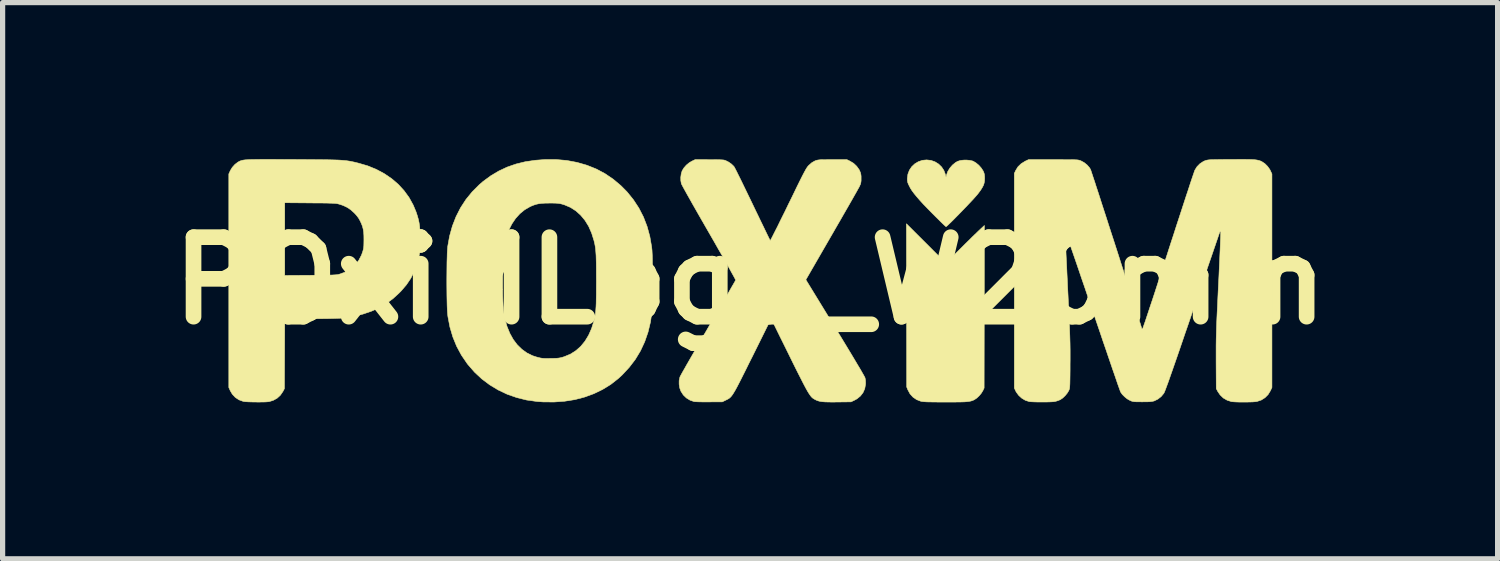
<source format=kicad_pcb>
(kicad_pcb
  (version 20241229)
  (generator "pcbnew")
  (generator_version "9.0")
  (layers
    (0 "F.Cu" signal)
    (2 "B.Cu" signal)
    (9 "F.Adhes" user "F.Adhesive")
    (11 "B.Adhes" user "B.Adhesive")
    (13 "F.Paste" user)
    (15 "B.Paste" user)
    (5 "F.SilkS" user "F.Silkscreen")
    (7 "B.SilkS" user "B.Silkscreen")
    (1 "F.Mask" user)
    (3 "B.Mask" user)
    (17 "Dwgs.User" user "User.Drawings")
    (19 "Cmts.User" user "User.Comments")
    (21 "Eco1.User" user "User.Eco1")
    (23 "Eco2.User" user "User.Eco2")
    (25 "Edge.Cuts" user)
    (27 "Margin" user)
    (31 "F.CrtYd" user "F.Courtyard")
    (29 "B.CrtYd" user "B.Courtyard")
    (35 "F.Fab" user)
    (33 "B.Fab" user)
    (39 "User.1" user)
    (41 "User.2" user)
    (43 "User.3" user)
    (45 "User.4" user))
  (footprint "POxiMLogo_W20mm"
    (layer "F.Cu")
    (at 11.328 2.331)
    (property "Reference" "POxiMLogo_W20mm" (at 0 0 0) (layer "F.SilkS") (effects (font (size 1.524 1.524) (thickness 0.3))))
    (attr through_hole)
    (fp_poly (pts (xy 3.376 -0.714) (xy 3.754 -0.335) (xy 4.003 -0.585) (xy 4.068 -0.65) (xy 4.134 -0.716) (xy 4.199 -0.779) (xy 4.259 -0.839) (xy 4.312 -0.89) (xy 4.355 -0.931) (xy 4.371 -0.947) (xy 4.491 -1.059) (xy 4.486 2.057) (xy 4.463 2.106) (xy 4.434 2.154) (xy 4.394 2.203) (xy 4.348 2.247) (xy 4.303 2.278) (xy 4.298 2.281) (xy 4.275 2.292) (xy 4.251 2.301) (xy 4.226 2.308) (xy 4.196 2.314) (xy 4.159 2.318) (xy 4.114 2.322) (xy 4.058 2.324) (xy 3.989 2.325) (xy 3.906 2.326) (xy 3.805 2.326) (xy 3.736 2.326) (xy 3.628 2.326) (xy 3.538 2.325) (xy 3.464 2.324) (xy 3.405 2.323) (xy 3.359 2.321) (xy 3.323 2.318) (xy 3.297 2.315) (xy 3.276 2.312) (xy 3.272 2.31) (xy 3.191 2.279) (xy 3.122 2.231) (xy 3.066 2.169) (xy 3.026 2.095) (xy 3.025 2.094) (xy 3.002 2.037) (xy 2.997 -1.092) (xy 3.376 -0.714)) (stroke (width 0.01) (type solid)) (fill yes) (layer "F.SilkS"))
    (fp_poly (pts (xy 3.466 -2.307) (xy 3.544 -2.28) (xy 3.613 -2.237) (xy 3.671 -2.181) (xy 3.715 -2.114) (xy 3.742 -2.042) (xy 3.756 -1.986) (xy 3.764 -2.022) (xy 3.788 -2.091) (xy 3.828 -2.158) (xy 3.88 -2.218) (xy 3.94 -2.267) (xy 3.98 -2.289) (xy 4.028 -2.304) (xy 4.087 -2.312) (xy 4.151 -2.313) (xy 4.213 -2.307) (xy 4.266 -2.295) (xy 4.28 -2.289) (xy 4.331 -2.258) (xy 4.384 -2.214) (xy 4.43 -2.162) (xy 4.464 -2.11) (xy 4.468 -2.104) (xy 4.482 -2.071) (xy 4.491 -2.04) (xy 4.495 -2.004) (xy 4.496 -1.961) (xy 4.494 -1.914) (xy 4.487 -1.873) (xy 4.474 -1.832) (xy 4.452 -1.789) (xy 4.421 -1.739) (xy 4.377 -1.679) (xy 4.37 -1.67) (xy 4.351 -1.646) (xy 4.321 -1.612) (xy 4.282 -1.568) (xy 4.235 -1.518) (xy 4.183 -1.463) (xy 4.128 -1.405) (xy 4.07 -1.345) (xy 4.012 -1.285) (xy 3.956 -1.228) (xy 3.904 -1.175) (xy 3.857 -1.128) (xy 3.816 -1.089) (xy 3.785 -1.059) (xy 3.764 -1.041) (xy 3.756 -1.036) (xy 3.747 -1.043) (xy 3.725 -1.063) (xy 3.692 -1.094) (xy 3.651 -1.134) (xy 3.602 -1.183) (xy 3.547 -1.237) (xy 3.501 -1.283) (xy 3.404 -1.382) (xy 3.32 -1.469) (xy 3.25 -1.546) (xy 3.191 -1.614) (xy 3.143 -1.673) (xy 3.103 -1.727) (xy 3.072 -1.776) (xy 3.052 -1.815) (xy 3.032 -1.857) (xy 3.02 -1.889) (xy 3.015 -1.919) (xy 3.014 -1.953) (xy 3.014 -1.96) (xy 3.025 -2.043) (xy 3.054 -2.119) (xy 3.098 -2.185) (xy 3.156 -2.24) (xy 3.224 -2.281) (xy 3.302 -2.308) (xy 3.383 -2.316) (xy 3.466 -2.307)) (stroke (width 0.01) (type solid)) (fill yes) (layer "F.SilkS"))
    (fp_poly (pts (xy -9.088 -2.325) (xy -8.95 -2.325) (xy -8.793 -2.324) (xy -8.753 -2.324) (xy -8.589 -2.323) (xy -8.445 -2.322) (xy -8.318 -2.321) (xy -8.206 -2.32) (xy -8.109 -2.319) (xy -8.024 -2.317) (xy -7.951 -2.315) (xy -7.887 -2.313) (xy -7.831 -2.309) (xy -7.783 -2.305) (xy -7.739 -2.301) (xy -7.699 -2.295) (xy -7.661 -2.289) (xy -7.623 -2.281) (xy -7.585 -2.273) (xy -7.544 -2.263) (xy -7.508 -2.254) (xy -7.33 -2.202) (xy -7.164 -2.134) (xy -7.011 -2.052) (xy -6.87 -1.956) (xy -6.744 -1.848) (xy -6.633 -1.727) (xy -6.537 -1.595) (xy -6.458 -1.452) (xy -6.402 -1.318) (xy -6.378 -1.245) (xy -6.359 -1.178) (xy -6.345 -1.113) (xy -6.335 -1.046) (xy -6.329 -0.972) (xy -6.326 -0.886) (xy -6.325 -0.792) (xy -6.326 -0.714) (xy -6.326 -0.652) (xy -6.328 -0.602) (xy -6.331 -0.561) (xy -6.336 -0.525) (xy -6.342 -0.489) (xy -6.348 -0.46) (xy -6.388 -0.308) (xy -6.44 -0.171) (xy -6.505 -0.044) (xy -6.586 0.076) (xy -6.685 0.192) (xy -6.726 0.234) (xy -6.845 0.343) (xy -6.973 0.437) (xy -7.11 0.518) (xy -7.26 0.585) (xy -7.422 0.64) (xy -7.599 0.683) (xy -7.732 0.707) (xy -7.761 0.711) (xy -7.795 0.715) (xy -7.836 0.718) (xy -7.885 0.72) (xy -7.944 0.722) (xy -8.016 0.724) (xy -8.102 0.726) (xy -8.204 0.727) (xy -8.323 0.728) (xy -8.379 0.729) (xy -8.92 0.733) (xy -8.923 1.401) (xy -8.926 2.068) (xy -8.954 2.122) (xy -9.003 2.194) (xy -9.066 2.252) (xy -9.14 2.293) (xy -9.217 2.317) (xy -9.25 2.321) (xy -9.298 2.324) (xy -9.356 2.325) (xy -9.422 2.326) (xy -9.491 2.325) (xy -9.557 2.324) (xy -9.619 2.322) (xy -9.67 2.319) (xy -9.707 2.315) (xy -9.718 2.312) (xy -9.798 2.283) (xy -9.868 2.236) (xy -9.925 2.175) (xy -9.963 2.111) (xy -9.992 2.047) (xy -9.992 -0.101) (xy -8.92 -0.101) (xy -8.425 -0.104) (xy -8.312 -0.105) (xy -8.217 -0.106) (xy -8.138 -0.107) (xy -8.074 -0.108) (xy -8.022 -0.109) (xy -7.981 -0.111) (xy -7.949 -0.113) (xy -7.923 -0.115) (xy -7.902 -0.118) (xy -7.884 -0.122) (xy -7.867 -0.127) (xy -7.854 -0.131) (xy -7.745 -0.173) (xy -7.65 -0.232) (xy -7.568 -0.304) (xy -7.501 -0.391) (xy -7.449 -0.491) (xy -7.431 -0.541) (xy -7.42 -0.576) (xy -7.412 -0.606) (xy -7.407 -0.637) (xy -7.404 -0.675) (xy -7.403 -0.722) (xy -7.402 -0.782) (xy -7.403 -0.864) (xy -7.407 -0.93) (xy -7.416 -0.987) (xy -7.429 -1.039) (xy -7.449 -1.092) (xy -7.475 -1.148) (xy -7.507 -1.204) (xy -7.548 -1.257) (xy -7.589 -1.301) (xy -7.656 -1.361) (xy -7.725 -1.407) (xy -7.802 -1.443) (xy -7.864 -1.464) (xy -7.882 -1.469) (xy -7.9 -1.474) (xy -7.919 -1.478) (xy -7.942 -1.481) (xy -7.97 -1.483) (xy -8.005 -1.485) (xy -8.05 -1.486) (xy -8.106 -1.488) (xy -8.175 -1.489) (xy -8.26 -1.49) (xy -8.362 -1.49) (xy -8.43 -1.491) (xy -8.92 -1.495) (xy -8.92 -0.101) (xy -9.992 -0.101) (xy -9.992 -2.047) (xy -9.963 -2.111) (xy -9.926 -2.172) (xy -9.875 -2.229) (xy -9.818 -2.273) (xy -9.798 -2.284) (xy -9.783 -2.292) (xy -9.767 -2.298) (xy -9.75 -2.304) (xy -9.731 -2.309) (xy -9.707 -2.313) (xy -9.678 -2.317) (xy -9.641 -2.319) (xy -9.597 -2.322) (xy -9.544 -2.323) (xy -9.479 -2.324) (xy -9.403 -2.325) (xy -9.313 -2.326) (xy -9.208 -2.326) (xy -9.088 -2.325)) (stroke (width 0.01) (type solid)) (fill yes) (layer "F.SilkS"))
    (fp_poly (pts (xy -3.718 -2.323) (xy -3.513 -2.305) (xy -3.317 -2.268) (xy -3.129 -2.214) (xy -2.951 -2.143) (xy -2.783 -2.054) (xy -2.625 -1.947) (xy -2.477 -1.823) (xy -2.359 -1.704) (xy -2.237 -1.553) (xy -2.132 -1.393) (xy -2.044 -1.222) (xy -1.974 -1.04) (xy -1.922 -0.85) (xy -1.887 -0.649) (xy -1.88 -0.585) (xy -1.878 -0.546) (xy -1.875 -0.489) (xy -1.873 -0.418) (xy -1.872 -0.335) (xy -1.871 -0.242) (xy -1.87 -0.143) (xy -1.87 -0.04) (xy -1.87 0.064) (xy -1.87 0.167) (xy -1.871 0.265) (xy -1.872 0.355) (xy -1.874 0.436) (xy -1.876 0.504) (xy -1.878 0.557) (xy -1.88 0.585) (xy -1.909 0.79) (xy -1.956 0.985) (xy -2.02 1.17) (xy -2.101 1.344) (xy -2.2 1.508) (xy -2.317 1.661) (xy -2.451 1.805) (xy -2.527 1.875) (xy -2.671 1.988) (xy -2.827 2.084) (xy -2.994 2.165) (xy -3.172 2.23) (xy -3.359 2.279) (xy -3.555 2.31) (xy -3.759 2.325) (xy -3.969 2.323) (xy -4.084 2.315) (xy -4.283 2.287) (xy -4.473 2.24) (xy -4.656 2.176) (xy -4.829 2.094) (xy -4.991 1.996) (xy -5.143 1.882) (xy -5.282 1.752) (xy -5.409 1.606) (xy -5.425 1.585) (xy -5.534 1.425) (xy -5.625 1.256) (xy -5.698 1.077) (xy -5.754 0.888) (xy -5.792 0.689) (xy -5.796 0.657) (xy -5.8 0.614) (xy -5.804 0.552) (xy -5.807 0.476) (xy -5.809 0.387) (xy -5.811 0.289) (xy -5.812 0.183) (xy -5.813 0.073) (xy -5.813 0.025) (xy -4.743 0.025) (xy -4.743 0.163) (xy -4.742 0.285) (xy -4.738 0.391) (xy -4.733 0.484) (xy -4.726 0.565) (xy -4.717 0.637) (xy -4.707 0.701) (xy -4.7 0.732) (xy -4.659 0.877) (xy -4.605 1.009) (xy -4.54 1.126) (xy -4.463 1.228) (xy -4.375 1.314) (xy -4.278 1.384) (xy -4.171 1.437) (xy -4.094 1.462) (xy -4.052 1.473) (xy -4.019 1.481) (xy -3.989 1.486) (xy -3.959 1.489) (xy -3.923 1.49) (xy -3.876 1.49) (xy -3.814 1.489) (xy -3.81 1.489) (xy -3.748 1.488) (xy -3.701 1.486) (xy -3.664 1.482) (xy -3.632 1.476) (xy -3.6 1.468) (xy -3.562 1.456) (xy -3.554 1.453) (xy -3.44 1.405) (xy -3.337 1.339) (xy -3.245 1.257) (xy -3.164 1.158) (xy -3.095 1.044) (xy -3.038 0.915) (xy -2.993 0.771) (xy -2.992 0.769) (xy -2.982 0.728) (xy -2.974 0.687) (xy -2.967 0.646) (xy -2.961 0.602) (xy -2.957 0.553) (xy -2.953 0.496) (xy -2.95 0.43) (xy -2.949 0.353) (xy -2.947 0.262) (xy -2.947 0.156) (xy -2.946 0.032) (xy -2.946 0) (xy -2.947 -0.129) (xy -2.947 -0.239) (xy -2.948 -0.333) (xy -2.95 -0.414) (xy -2.952 -0.482) (xy -2.956 -0.54) (xy -2.96 -0.591) (xy -2.965 -0.636) (xy -2.972 -0.678) (xy -2.98 -0.718) (xy -2.99 -0.759) (xy -2.992 -0.768) (xy -3.037 -0.912) (xy -3.094 -1.042) (xy -3.164 -1.156) (xy -3.246 -1.255) (xy -3.338 -1.338) (xy -3.442 -1.405) (xy -3.557 -1.454) (xy -3.592 -1.465) (xy -3.625 -1.474) (xy -3.656 -1.48) (xy -3.69 -1.484) (xy -3.731 -1.487) (xy -3.783 -1.488) (xy -3.846 -1.488) (xy -3.927 -1.487) (xy -3.994 -1.483) (xy -4.05 -1.476) (xy -4.1 -1.465) (xy -4.149 -1.449) (xy -4.203 -1.427) (xy -4.221 -1.418) (xy -4.321 -1.36) (xy -4.413 -1.285) (xy -4.495 -1.194) (xy -4.567 -1.087) (xy -4.628 -0.966) (xy -4.669 -0.859) (xy -4.684 -0.808) (xy -4.697 -0.759) (xy -4.708 -0.71) (xy -4.717 -0.658) (xy -4.724 -0.6) (xy -4.73 -0.535) (xy -4.734 -0.46) (xy -4.737 -0.372) (xy -4.74 -0.268) (xy -4.742 -0.147) (xy -4.742 -0.132) (xy -4.743 0.025) (xy -5.813 0.025) (xy -5.813 -0.038) (xy -5.812 -0.149) (xy -5.811 -0.256) (xy -5.81 -0.357) (xy -5.807 -0.449) (xy -5.805 -0.529) (xy -5.801 -0.595) (xy -5.797 -0.645) (xy -5.796 -0.657) (xy -5.76 -0.856) (xy -5.707 -1.047) (xy -5.637 -1.227) (xy -5.55 -1.398) (xy -5.446 -1.558) (xy -5.326 -1.705) (xy -5.191 -1.84) (xy -5.118 -1.903) (xy -4.97 -2.012) (xy -4.817 -2.103) (xy -4.657 -2.178) (xy -4.488 -2.237) (xy -4.308 -2.281) (xy -4.116 -2.309) (xy -3.932 -2.323) (xy -3.718 -2.323)) (stroke (width 0.01) (type solid)) (fill yes) (layer "F.SilkS"))
    (fp_poly (pts (xy 1.912 -2.294) (xy 1.984 -2.251) (xy 2.044 -2.194) (xy 2.091 -2.128) (xy 2.099 -2.111) (xy 2.115 -2.074) (xy 2.123 -2.042) (xy 2.128 -2.005) (xy 2.128 -1.961) (xy 2.128 -1.914) (xy 2.123 -1.88) (xy 2.115 -1.849) (xy 2.099 -1.814) (xy 2.097 -1.808) (xy 2.087 -1.79) (xy 2.068 -1.756) (xy 2.041 -1.707) (xy 2.005 -1.644) (xy 1.962 -1.568) (xy 1.913 -1.482) (xy 1.858 -1.386) (xy 1.798 -1.282) (xy 1.734 -1.17) (xy 1.666 -1.053) (xy 1.596 -0.931) (xy 1.567 -0.881) (xy 1.069 -0.019) (xy 1.63 0.898) (xy 1.72 1.045) (xy 1.803 1.182) (xy 1.88 1.309) (xy 1.95 1.425) (xy 2.012 1.529) (xy 2.066 1.62) (xy 2.113 1.698) (xy 2.15 1.763) (xy 2.178 1.812) (xy 2.196 1.845) (xy 2.204 1.863) (xy 2.204 1.863) (xy 2.212 1.907) (xy 2.214 1.961) (xy 2.213 1.986) (xy 2.198 2.07) (xy 2.165 2.145) (xy 2.115 2.21) (xy 2.049 2.264) (xy 2.002 2.29) (xy 1.935 2.322) (xy 1.677 2.325) (xy 1.58 2.326) (xy 1.501 2.325) (xy 1.437 2.323) (xy 1.385 2.319) (xy 1.343 2.313) (xy 1.308 2.304) (xy 1.277 2.293) (xy 1.248 2.279) (xy 1.232 2.27) (xy 1.217 2.261) (xy 1.203 2.252) (xy 1.189 2.24) (xy 1.174 2.225) (xy 1.159 2.206) (xy 1.142 2.182) (xy 1.122 2.152) (xy 1.1 2.116) (xy 1.075 2.071) (xy 1.046 2.017) (xy 1.013 1.954) (xy 0.975 1.879) (xy 0.931 1.793) (xy 0.881 1.694) (xy 0.825 1.581) (xy 0.762 1.453) (xy 0.691 1.309) (xy 0.612 1.149) (xy 0.576 1.077) (xy 0.404 0.726) (xy 0.046 1.448) (xy -0.023 1.585) (xy -0.082 1.705) (xy -0.135 1.81) (xy -0.18 1.9) (xy -0.219 1.976) (xy -0.253 2.041) (xy -0.282 2.094) (xy -0.308 2.138) (xy -0.33 2.174) (xy -0.35 2.202) (xy -0.368 2.224) (xy -0.385 2.241) (xy -0.402 2.255) (xy -0.42 2.266) (xy -0.438 2.276) (xy -0.459 2.286) (xy -0.467 2.29) (xy -0.533 2.322) (xy -0.782 2.323) (xy -0.854 2.324) (xy -0.922 2.323) (xy -0.981 2.322) (xy -1.03 2.32) (xy -1.063 2.318) (xy -1.076 2.316) (xy -1.151 2.29) (xy -1.221 2.247) (xy -1.28 2.19) (xy -1.325 2.12) (xy -1.327 2.116) (xy -1.349 2.055) (xy -1.36 1.985) (xy -1.36 1.916) (xy -1.347 1.854) (xy -1.344 1.844) (xy -1.336 1.828) (xy -1.319 1.796) (xy -1.293 1.749) (xy -1.258 1.688) (xy -1.217 1.615) (xy -1.168 1.53) (xy -1.114 1.436) (xy -1.054 1.332) (xy -0.99 1.221) (xy -0.922 1.104) (xy -0.851 0.982) (xy -0.803 0.899) (xy -0.731 0.775) (xy -0.661 0.656) (xy -0.595 0.543) (xy -0.534 0.436) (xy -0.477 0.339) (xy -0.426 0.251) (xy -0.382 0.173) (xy -0.344 0.107) (xy -0.314 0.055) (xy -0.292 0.017) (xy -0.28 -0.006) (xy -0.277 -0.012) (xy -0.281 -0.023) (xy -0.295 -0.05) (xy -0.318 -0.093) (xy -0.35 -0.15) (xy -0.389 -0.221) (xy -0.435 -0.303) (xy -0.488 -0.397) (xy -0.546 -0.5) (xy -0.611 -0.612) (xy -0.679 -0.732) (xy -0.752 -0.859) (xy -0.786 -0.918) (xy -0.858 -1.043) (xy -0.927 -1.163) (xy -0.993 -1.278) (xy -1.055 -1.387) (xy -1.112 -1.487) (xy -1.163 -1.578) (xy -1.209 -1.659) (xy -1.247 -1.728) (xy -1.278 -1.784) (xy -1.3 -1.825) (xy -1.313 -1.851) (xy -1.317 -1.859) (xy -1.328 -1.917) (xy -1.329 -1.983) (xy -1.32 -2.049) (xy -1.303 -2.106) (xy -1.269 -2.162) (xy -1.222 -2.216) (xy -1.166 -2.262) (xy -1.115 -2.292) (xy -1.052 -2.322) (xy -0.782 -2.321) (xy -0.698 -2.321) (xy -0.632 -2.32) (xy -0.581 -2.319) (xy -0.542 -2.317) (xy -0.513 -2.315) (xy -0.492 -2.311) (xy -0.475 -2.306) (xy -0.47 -2.304) (xy -0.412 -2.275) (xy -0.359 -2.238) (xy -0.316 -2.197) (xy -0.306 -2.185) (xy -0.297 -2.169) (xy -0.28 -2.137) (xy -0.256 -2.09) (xy -0.226 -2.029) (xy -0.189 -1.955) (xy -0.148 -1.871) (xy -0.103 -1.778) (xy -0.054 -1.677) (xy -0.002 -1.57) (xy 0.05 -1.462) (xy 0.103 -1.351) (xy 0.154 -1.246) (xy 0.201 -1.148) (xy 0.245 -1.058) (xy 0.284 -0.977) (xy 0.317 -0.908) (xy 0.345 -0.851) (xy 0.366 -0.808) (xy 0.38 -0.78) (xy 0.386 -0.769) (xy 0.386 -0.769) (xy 0.391 -0.777) (xy 0.405 -0.802) (xy 0.426 -0.842) (xy 0.453 -0.896) (xy 0.487 -0.963) (xy 0.527 -1.041) (xy 0.57 -1.13) (xy 0.618 -1.227) (xy 0.67 -1.331) (xy 0.723 -1.441) (xy 0.732 -1.46) (xy 0.796 -1.589) (xy 0.851 -1.703) (xy 0.898 -1.8) (xy 0.939 -1.883) (xy 0.974 -1.953) (xy 1.003 -2.011) (xy 1.028 -2.059) (xy 1.049 -2.098) (xy 1.066 -2.129) (xy 1.08 -2.153) (xy 1.093 -2.172) (xy 1.104 -2.188) (xy 1.115 -2.201) (xy 1.126 -2.212) (xy 1.129 -2.215) (xy 1.185 -2.264) (xy 1.242 -2.296) (xy 1.246 -2.298) (xy 1.265 -2.305) (xy 1.282 -2.31) (xy 1.302 -2.314) (xy 1.326 -2.317) (xy 1.357 -2.32) (xy 1.399 -2.321) (xy 1.454 -2.321) (xy 1.524 -2.322) (xy 1.58 -2.322) (xy 1.854 -2.322) (xy 1.912 -2.294)) (stroke (width 0.01) (type solid)) (fill yes) (layer "F.SilkS"))
    (fp_poly (pts (xy 9.509 -2.325) (xy 9.577 -2.324) (xy 9.632 -2.322) (xy 9.677 -2.319) (xy 9.714 -2.314) (xy 9.743 -2.308) (xy 9.768 -2.301) (xy 9.791 -2.292) (xy 9.808 -2.284) (xy 9.867 -2.245) (xy 9.92 -2.192) (xy 9.963 -2.131) (xy 9.973 -2.111) (xy 10.003 -2.047) (xy 10.003 2.047) (xy 9.973 2.111) (xy 9.929 2.183) (xy 9.87 2.242) (xy 9.799 2.287) (xy 9.719 2.314) (xy 9.715 2.315) (xy 9.684 2.319) (xy 9.637 2.323) (xy 9.579 2.325) (xy 9.513 2.326) (xy 9.445 2.326) (xy 9.378 2.326) (xy 9.318 2.324) (xy 9.267 2.321) (xy 9.232 2.318) (xy 9.227 2.317) (xy 9.145 2.291) (xy 9.071 2.248) (xy 9.01 2.189) (xy 8.964 2.122) (xy 8.936 2.068) (xy 8.933 1.554) (xy 8.933 1.468) (xy 8.933 1.388) (xy 8.933 1.315) (xy 8.933 1.246) (xy 8.934 1.179) (xy 8.935 1.112) (xy 8.937 1.043) (xy 8.939 0.971) (xy 8.941 0.894) (xy 8.944 0.809) (xy 8.948 0.715) (xy 8.953 0.61) (xy 8.959 0.493) (xy 8.965 0.36) (xy 8.972 0.211) (xy 8.98 0.051) (xy 8.987 -0.089) (xy 8.993 -0.224) (xy 8.999 -0.351) (xy 9.004 -0.47) (xy 9.009 -0.579) (xy 9.013 -0.676) (xy 9.016 -0.761) (xy 9.019 -0.832) (xy 9.021 -0.887) (xy 9.021 -0.926) (xy 9.021 -0.946) (xy 9.021 -0.949) (xy 9.012 -0.947) (xy 9.002 -0.931) (xy 9.002 -0.929) (xy 8.997 -0.916) (xy 8.986 -0.885) (xy 8.97 -0.837) (xy 8.948 -0.773) (xy 8.921 -0.694) (xy 8.889 -0.601) (xy 8.853 -0.495) (xy 8.812 -0.377) (xy 8.768 -0.248) (xy 8.721 -0.11) (xy 8.671 0.037) (xy 8.618 0.192) (xy 8.563 0.353) (xy 8.506 0.519) (xy 8.477 0.604) (xy 8.405 0.816) (xy 8.338 1.009) (xy 8.278 1.185) (xy 8.224 1.343) (xy 8.175 1.485) (xy 8.131 1.611) (xy 8.092 1.723) (xy 8.058 1.819) (xy 8.029 1.903) (xy 8.004 1.973) (xy 7.982 2.031) (xy 7.965 2.078) (xy 7.951 2.114) (xy 7.94 2.14) (xy 7.932 2.156) (xy 7.929 2.161) (xy 7.879 2.221) (xy 7.816 2.27) (xy 7.747 2.304) (xy 7.724 2.31) (xy 7.696 2.315) (xy 7.661 2.319) (xy 7.615 2.321) (xy 7.554 2.321) (xy 7.518 2.322) (xy 7.454 2.321) (xy 7.406 2.321) (xy 7.371 2.319) (xy 7.344 2.316) (xy 7.323 2.311) (xy 7.303 2.304) (xy 7.279 2.293) (xy 7.277 2.292) (xy 7.228 2.264) (xy 7.179 2.224) (xy 7.135 2.18) (xy 7.104 2.136) (xy 7.1 2.128) (xy 7.095 2.115) (xy 7.084 2.084) (xy 7.067 2.036) (xy 7.044 1.972) (xy 7.017 1.892) (xy 6.985 1.799) (xy 6.948 1.693) (xy 6.908 1.575) (xy 6.864 1.447) (xy 6.817 1.308) (xy 6.766 1.161) (xy 6.714 1.006) (xy 6.659 0.845) (xy 6.602 0.678) (xy 6.573 0.594) (xy 6.516 0.426) (xy 6.46 0.262) (xy 6.407 0.105) (xy 6.355 -0.045) (xy 6.307 -0.187) (xy 6.262 -0.319) (xy 6.22 -0.441) (xy 6.182 -0.551) (xy 6.148 -0.649) (xy 6.119 -0.734) (xy 6.095 -0.804) (xy 6.076 -0.858) (xy 6.063 -0.896) (xy 6.055 -0.916) (xy 6.054 -0.919) (xy 6.043 -0.925) (xy 6.041 -0.923) (xy 6.041 -0.913) (xy 6.041 -0.883) (xy 6.043 -0.836) (xy 6.045 -0.773) (xy 6.049 -0.695) (xy 6.053 -0.603) (xy 6.057 -0.499) (xy 6.063 -0.384) (xy 6.069 -0.26) (xy 6.075 -0.128) (xy 6.082 0.011) (xy 6.086 0.112) (xy 6.095 0.283) (xy 6.102 0.435) (xy 6.109 0.571) (xy 6.114 0.692) (xy 6.119 0.799) (xy 6.123 0.895) (xy 6.126 0.981) (xy 6.129 1.059) (xy 6.131 1.13) (xy 6.133 1.197) (xy 6.134 1.262) (xy 6.135 1.325) (xy 6.135 1.389) (xy 6.135 1.456) (xy 6.135 1.527) (xy 6.134 1.6) (xy 6.134 1.709) (xy 6.133 1.799) (xy 6.132 1.872) (xy 6.131 1.931) (xy 6.13 1.978) (xy 6.128 2.013) (xy 6.126 2.041) (xy 6.124 2.061) (xy 6.12 2.077) (xy 6.116 2.089) (xy 6.111 2.101) (xy 6.109 2.106) (xy 6.08 2.154) (xy 6.04 2.203) (xy 5.994 2.247) (xy 5.949 2.278) (xy 5.944 2.281) (xy 5.905 2.297) (xy 5.861 2.311) (xy 5.844 2.315) (xy 5.815 2.319) (xy 5.771 2.322) (xy 5.714 2.324) (xy 5.65 2.325) (xy 5.582 2.325) (xy 5.515 2.325) (xy 5.453 2.323) (xy 5.401 2.321) (xy 5.362 2.318) (xy 5.348 2.316) (xy 5.275 2.292) (xy 5.207 2.251) (xy 5.148 2.197) (xy 5.102 2.134) (xy 5.091 2.113) (xy 5.065 2.057) (xy 5.065 -2.057) (xy 5.091 -2.113) (xy 5.135 -2.184) (xy 5.196 -2.243) (xy 5.27 -2.289) (xy 5.271 -2.29) (xy 5.339 -2.322) (xy 5.812 -2.322) (xy 5.922 -2.322) (xy 6.014 -2.321) (xy 6.089 -2.321) (xy 6.15 -2.321) (xy 6.198 -2.32) (xy 6.236 -2.318) (xy 6.265 -2.317) (xy 6.287 -2.314) (xy 6.304 -2.311) (xy 6.318 -2.307) (xy 6.332 -2.302) (xy 6.342 -2.298) (xy 6.403 -2.265) (xy 6.459 -2.22) (xy 6.505 -2.168) (xy 6.527 -2.131) (xy 6.532 -2.117) (xy 6.542 -2.086) (xy 6.558 -2.038) (xy 6.579 -1.974) (xy 6.605 -1.897) (xy 6.634 -1.806) (xy 6.668 -1.704) (xy 6.704 -1.592) (xy 6.743 -1.47) (xy 6.785 -1.341) (xy 6.829 -1.206) (xy 6.874 -1.065) (xy 6.921 -0.92) (xy 6.969 -0.773) (xy 7.017 -0.624) (xy 7.065 -0.475) (xy 7.112 -0.327) (xy 7.159 -0.181) (xy 7.204 -0.039) (xy 7.248 0.098) (xy 7.29 0.229) (xy 7.33 0.352) (xy 7.366 0.466) (xy 7.399 0.571) (xy 7.429 0.664) (xy 7.455 0.745) (xy 7.476 0.812) (xy 7.492 0.864) (xy 7.503 0.9) (xy 7.508 0.917) (xy 7.508 0.919) (xy 7.516 0.924) (xy 7.521 0.925) (xy 7.526 0.915) (xy 7.537 0.886) (xy 7.553 0.84) (xy 7.576 0.775) (xy 7.603 0.693) (xy 7.636 0.594) (xy 7.674 0.479) (xy 7.718 0.348) (xy 7.766 0.202) (xy 7.818 0.041) (xy 7.875 -0.134) (xy 7.936 -0.323) (xy 8.002 -0.525) (xy 8.015 -0.566) (xy 8.07 -0.736) (xy 8.124 -0.901) (xy 8.175 -1.06) (xy 8.225 -1.212) (xy 8.272 -1.356) (xy 8.316 -1.491) (xy 8.357 -1.617) (xy 8.395 -1.73) (xy 8.428 -1.832) (xy 8.457 -1.92) (xy 8.482 -1.994) (xy 8.502 -2.052) (xy 8.516 -2.093) (xy 8.524 -2.116) (xy 8.526 -2.12) (xy 8.567 -2.186) (xy 8.623 -2.243) (xy 8.69 -2.287) (xy 8.715 -2.298) (xy 8.73 -2.304) (xy 8.744 -2.308) (xy 8.76 -2.312) (xy 8.78 -2.315) (xy 8.805 -2.318) (xy 8.839 -2.32) (xy 8.882 -2.321) (xy 8.938 -2.322) (xy 9.007 -2.323) (xy 9.092 -2.324) (xy 9.195 -2.325) (xy 9.21 -2.325) (xy 9.327 -2.325) (xy 9.426 -2.326) (xy 9.509 -2.325)) (stroke (width 0.01) (type solid)) (fill yes) (layer "F.SilkS")))
  (gr_rect
    (start -3 -3)
    (end 25.657 7.662)
    (stroke (width 0.1) (type default))
    (fill no)
    (layer "Edge.Cuts")))
</source>
